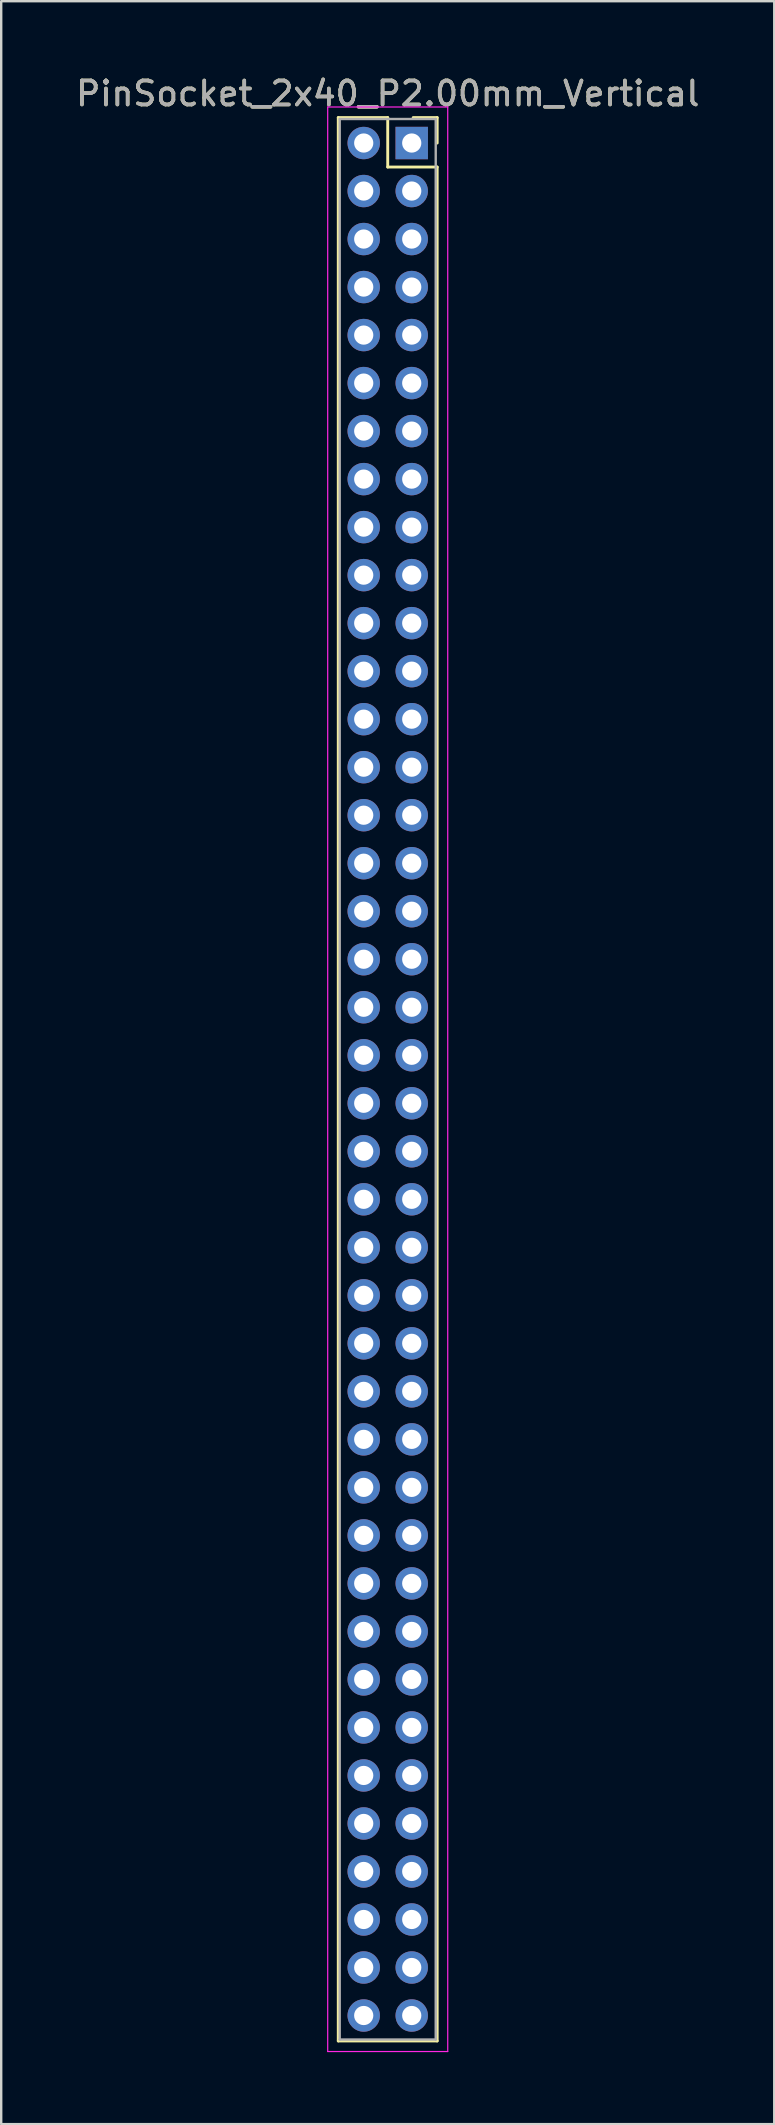
<source format=kicad_pcb>
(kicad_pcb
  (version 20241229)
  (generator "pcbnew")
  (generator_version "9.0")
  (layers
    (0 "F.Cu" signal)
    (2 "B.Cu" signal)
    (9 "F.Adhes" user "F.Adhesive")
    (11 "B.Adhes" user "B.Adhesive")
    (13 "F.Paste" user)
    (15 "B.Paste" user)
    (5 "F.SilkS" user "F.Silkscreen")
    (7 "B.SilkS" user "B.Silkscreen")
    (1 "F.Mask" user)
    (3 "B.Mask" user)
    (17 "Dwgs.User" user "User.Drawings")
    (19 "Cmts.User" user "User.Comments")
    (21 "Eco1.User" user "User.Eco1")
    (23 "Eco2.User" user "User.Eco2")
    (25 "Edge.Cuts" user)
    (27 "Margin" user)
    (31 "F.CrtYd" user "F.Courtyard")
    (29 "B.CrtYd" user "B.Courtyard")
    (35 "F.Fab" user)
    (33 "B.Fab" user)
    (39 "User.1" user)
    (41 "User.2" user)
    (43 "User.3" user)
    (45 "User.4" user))
  (footprint "PinSocket_2x40_P2.00mm_Vertical"
    (layer "F.Cu")
    (at 14.101 2.908)
    (property "Reference" "PinSocket_2x40_P2.00mm_Vertical" (at -1 -2.06 0) (layer "F.SilkS") (effects (font (size 1 1) (thickness 0.15))))
    (attr through_hole)
    (fp_line (start -3.06 -1.06) (end -1 -1.06) (stroke (width 0.12) (type solid)) (layer "F.SilkS"))
    (fp_line (start -3.06 79.06) (end -3.06 -1.06) (stroke (width 0.12) (type solid)) (layer "F.SilkS"))
    (fp_line (start -1 -1.06) (end -1 1) (stroke (width 0.12) (type solid)) (layer "F.SilkS"))
    (fp_line (start -1 1) (end 1.06 1) (stroke (width 0.12) (type solid)) (layer "F.SilkS"))
    (fp_line (start 1.06 -1.06) (end 0.06 -1.06) (stroke (width 0.12) (type solid)) (layer "F.SilkS"))
    (fp_line (start 1.06 0) (end 1.06 -1.06) (stroke (width 0.12) (type solid)) (layer "F.SilkS"))
    (fp_line (start 1.06 1) (end 1.06 79.06) (stroke (width 0.12) (type solid)) (layer "F.SilkS"))
    (fp_line (start 1.06 79.06) (end -3.06 79.06) (stroke (width 0.12) (type solid)) (layer "F.SilkS"))
    (fp_line (start -3.5 -1.5) (end -3.5 79.5) (stroke (width 0.05) (type solid)) (layer "F.CrtYd"))
    (fp_line (start -3.5 79.5) (end 1.5 79.5) (stroke (width 0.05) (type solid)) (layer "F.CrtYd"))
    (fp_line (start 1.5 -1.5) (end -3.5 -1.5) (stroke (width 0.05) (type solid)) (layer "F.CrtYd"))
    (fp_line (start 1.5 79.5) (end 1.5 -1.5) (stroke (width 0.05) (type solid)) (layer "F.CrtYd"))
    (fp_line (start -3 -1) (end -3 79) (stroke (width 0.1) (type solid)) (layer "F.Fab"))
    (fp_line (start -3 79) (end 1 79) (stroke (width 0.1) (type solid)) (layer "F.Fab"))
    (fp_line (start 1 -1) (end -3 -1) (stroke (width 0.1) (type solid)) (layer "F.Fab"))
    (fp_line (start 1 79) (end 1 -1) (stroke (width 0.1) (type solid)) (layer "F.Fab"))
    (fp_text user "${REFERENCE}" (at -1 -2.06 0) (layer "F.Fab") (effects (font (size 1 1) (thickness 0.15))))
    (pad "1" thru_hole rect (at 0 0) (size 1.35 1.35) (drill 0.8) (layers "*.Cu" "*.Mask"))
    (pad "2" thru_hole oval (at -2 0) (size 1.35 1.35) (drill 0.8) (layers "*.Cu" "*.Mask"))
    (pad "3" thru_hole oval (at 0 2) (size 1.35 1.35) (drill 0.8) (layers "*.Cu" "*.Mask"))
    (pad "4" thru_hole oval (at -2 2) (size 1.35 1.35) (drill 0.8) (layers "*.Cu" "*.Mask"))
    (pad "5" thru_hole oval (at 0 4) (size 1.35 1.35) (drill 0.8) (layers "*.Cu" "*.Mask"))
    (pad "6" thru_hole oval (at -2 4) (size 1.35 1.35) (drill 0.8) (layers "*.Cu" "*.Mask"))
    (pad "7" thru_hole oval (at 0 6) (size 1.35 1.35) (drill 0.8) (layers "*.Cu" "*.Mask"))
    (pad "8" thru_hole oval (at -2 6) (size 1.35 1.35) (drill 0.8) (layers "*.Cu" "*.Mask"))
    (pad "9" thru_hole oval (at 0 8) (size 1.35 1.35) (drill 0.8) (layers "*.Cu" "*.Mask"))
    (pad "10" thru_hole oval (at -2 8) (size 1.35 1.35) (drill 0.8) (layers "*.Cu" "*.Mask"))
    (pad "11" thru_hole oval (at 0 10) (size 1.35 1.35) (drill 0.8) (layers "*.Cu" "*.Mask"))
    (pad "12" thru_hole oval (at -2 10) (size 1.35 1.35) (drill 0.8) (layers "*.Cu" "*.Mask"))
    (pad "13" thru_hole oval (at 0 12) (size 1.35 1.35) (drill 0.8) (layers "*.Cu" "*.Mask"))
    (pad "14" thru_hole oval (at -2 12) (size 1.35 1.35) (drill 0.8) (layers "*.Cu" "*.Mask"))
    (pad "15" thru_hole oval (at 0 14) (size 1.35 1.35) (drill 0.8) (layers "*.Cu" "*.Mask"))
    (pad "16" thru_hole oval (at -2 14) (size 1.35 1.35) (drill 0.8) (layers "*.Cu" "*.Mask"))
    (pad "17" thru_hole oval (at 0 16) (size 1.35 1.35) (drill 0.8) (layers "*.Cu" "*.Mask"))
    (pad "18" thru_hole oval (at -2 16) (size 1.35 1.35) (drill 0.8) (layers "*.Cu" "*.Mask"))
    (pad "19" thru_hole oval (at 0 18) (size 1.35 1.35) (drill 0.8) (layers "*.Cu" "*.Mask"))
    (pad "20" thru_hole oval (at -2 18) (size 1.35 1.35) (drill 0.8) (layers "*.Cu" "*.Mask"))
    (pad "21" thru_hole oval (at 0 20) (size 1.35 1.35) (drill 0.8) (layers "*.Cu" "*.Mask"))
    (pad "22" thru_hole oval (at -2 20) (size 1.35 1.35) (drill 0.8) (layers "*.Cu" "*.Mask"))
    (pad "23" thru_hole oval (at 0 22) (size 1.35 1.35) (drill 0.8) (layers "*.Cu" "*.Mask"))
    (pad "24" thru_hole oval (at -2 22) (size 1.35 1.35) (drill 0.8) (layers "*.Cu" "*.Mask"))
    (pad "25" thru_hole oval (at 0 24) (size 1.35 1.35) (drill 0.8) (layers "*.Cu" "*.Mask"))
    (pad "26" thru_hole oval (at -2 24) (size 1.35 1.35) (drill 0.8) (layers "*.Cu" "*.Mask"))
    (pad "27" thru_hole oval (at 0 26) (size 1.35 1.35) (drill 0.8) (layers "*.Cu" "*.Mask"))
    (pad "28" thru_hole oval (at -2 26) (size 1.35 1.35) (drill 0.8) (layers "*.Cu" "*.Mask"))
    (pad "29" thru_hole oval (at 0 28) (size 1.35 1.35) (drill 0.8) (layers "*.Cu" "*.Mask"))
    (pad "30" thru_hole oval (at -2 28) (size 1.35 1.35) (drill 0.8) (layers "*.Cu" "*.Mask"))
    (pad "31" thru_hole oval (at 0 30) (size 1.35 1.35) (drill 0.8) (layers "*.Cu" "*.Mask"))
    (pad "32" thru_hole oval (at -2 30) (size 1.35 1.35) (drill 0.8) (layers "*.Cu" "*.Mask"))
    (pad "33" thru_hole oval (at 0 32) (size 1.35 1.35) (drill 0.8) (layers "*.Cu" "*.Mask"))
    (pad "34" thru_hole oval (at -2 32) (size 1.35 1.35) (drill 0.8) (layers "*.Cu" "*.Mask"))
    (pad "35" thru_hole oval (at 0 34) (size 1.35 1.35) (drill 0.8) (layers "*.Cu" "*.Mask"))
    (pad "36" thru_hole oval (at -2 34) (size 1.35 1.35) (drill 0.8) (layers "*.Cu" "*.Mask"))
    (pad "37" thru_hole oval (at 0 36) (size 1.35 1.35) (drill 0.8) (layers "*.Cu" "*.Mask"))
    (pad "38" thru_hole oval (at -2 36) (size 1.35 1.35) (drill 0.8) (layers "*.Cu" "*.Mask"))
    (pad "39" thru_hole oval (at 0 38) (size 1.35 1.35) (drill 0.8) (layers "*.Cu" "*.Mask"))
    (pad "40" thru_hole oval (at -2 38) (size 1.35 1.35) (drill 0.8) (layers "*.Cu" "*.Mask"))
    (pad "41" thru_hole oval (at 0 40) (size 1.35 1.35) (drill 0.8) (layers "*.Cu" "*.Mask"))
    (pad "42" thru_hole oval (at -2 40) (size 1.35 1.35) (drill 0.8) (layers "*.Cu" "*.Mask"))
    (pad "43" thru_hole oval (at 0 42) (size 1.35 1.35) (drill 0.8) (layers "*.Cu" "*.Mask"))
    (pad "44" thru_hole oval (at -2 42) (size 1.35 1.35) (drill 0.8) (layers "*.Cu" "*.Mask"))
    (pad "45" thru_hole oval (at 0 44) (size 1.35 1.35) (drill 0.8) (layers "*.Cu" "*.Mask"))
    (pad "46" thru_hole oval (at -2 44) (size 1.35 1.35) (drill 0.8) (layers "*.Cu" "*.Mask"))
    (pad "47" thru_hole oval (at 0 46) (size 1.35 1.35) (drill 0.8) (layers "*.Cu" "*.Mask"))
    (pad "48" thru_hole oval (at -2 46) (size 1.35 1.35) (drill 0.8) (layers "*.Cu" "*.Mask"))
    (pad "49" thru_hole oval (at 0 48) (size 1.35 1.35) (drill 0.8) (layers "*.Cu" "*.Mask"))
    (pad "50" thru_hole oval (at -2 48) (size 1.35 1.35) (drill 0.8) (layers "*.Cu" "*.Mask"))
    (pad "51" thru_hole oval (at 0 50) (size 1.35 1.35) (drill 0.8) (layers "*.Cu" "*.Mask"))
    (pad "52" thru_hole oval (at -2 50) (size 1.35 1.35) (drill 0.8) (layers "*.Cu" "*.Mask"))
    (pad "53" thru_hole oval (at 0 52) (size 1.35 1.35) (drill 0.8) (layers "*.Cu" "*.Mask"))
    (pad "54" thru_hole oval (at -2 52) (size 1.35 1.35) (drill 0.8) (layers "*.Cu" "*.Mask"))
    (pad "55" thru_hole oval (at 0 54) (size 1.35 1.35) (drill 0.8) (layers "*.Cu" "*.Mask"))
    (pad "56" thru_hole oval (at -2 54) (size 1.35 1.35) (drill 0.8) (layers "*.Cu" "*.Mask"))
    (pad "57" thru_hole oval (at 0 56) (size 1.35 1.35) (drill 0.8) (layers "*.Cu" "*.Mask"))
    (pad "58" thru_hole oval (at -2 56) (size 1.35 1.35) (drill 0.8) (layers "*.Cu" "*.Mask"))
    (pad "59" thru_hole oval (at 0 58) (size 1.35 1.35) (drill 0.8) (layers "*.Cu" "*.Mask"))
    (pad "60" thru_hole oval (at -2 58) (size 1.35 1.35) (drill 0.8) (layers "*.Cu" "*.Mask"))
    (pad "61" thru_hole oval (at 0 60) (size 1.35 1.35) (drill 0.8) (layers "*.Cu" "*.Mask"))
    (pad "62" thru_hole oval (at -2 60) (size 1.35 1.35) (drill 0.8) (layers "*.Cu" "*.Mask"))
    (pad "63" thru_hole oval (at 0 62) (size 1.35 1.35) (drill 0.8) (layers "*.Cu" "*.Mask"))
    (pad "64" thru_hole oval (at -2 62) (size 1.35 1.35) (drill 0.8) (layers "*.Cu" "*.Mask"))
    (pad "65" thru_hole oval (at 0 64) (size 1.35 1.35) (drill 0.8) (layers "*.Cu" "*.Mask"))
    (pad "66" thru_hole oval (at -2 64) (size 1.35 1.35) (drill 0.8) (layers "*.Cu" "*.Mask"))
    (pad "67" thru_hole oval (at 0 66) (size 1.35 1.35) (drill 0.8) (layers "*.Cu" "*.Mask"))
    (pad "68" thru_hole oval (at -2 66) (size 1.35 1.35) (drill 0.8) (layers "*.Cu" "*.Mask"))
    (pad "69" thru_hole oval (at 0 68) (size 1.35 1.35) (drill 0.8) (layers "*.Cu" "*.Mask"))
    (pad "70" thru_hole oval (at -2 68) (size 1.35 1.35) (drill 0.8) (layers "*.Cu" "*.Mask"))
    (pad "71" thru_hole oval (at 0 70) (size 1.35 1.35) (drill 0.8) (layers "*.Cu" "*.Mask"))
    (pad "72" thru_hole oval (at -2 70) (size 1.35 1.35) (drill 0.8) (layers "*.Cu" "*.Mask"))
    (pad "73" thru_hole oval (at 0 72) (size 1.35 1.35) (drill 0.8) (layers "*.Cu" "*.Mask"))
    (pad "74" thru_hole oval (at -2 72) (size 1.35 1.35) (drill 0.8) (layers "*.Cu" "*.Mask"))
    (pad "75" thru_hole oval (at 0 74) (size 1.35 1.35) (drill 0.8) (layers "*.Cu" "*.Mask"))
    (pad "76" thru_hole oval (at -2 74) (size 1.35 1.35) (drill 0.8) (layers "*.Cu" "*.Mask"))
    (pad "77" thru_hole oval (at 0 76) (size 1.35 1.35) (drill 0.8) (layers "*.Cu" "*.Mask"))
    (pad "78" thru_hole oval (at -2 76) (size 1.35 1.35) (drill 0.8) (layers "*.Cu" "*.Mask"))
    (pad "79" thru_hole oval (at 0 78) (size 1.35 1.35) (drill 0.8) (layers "*.Cu" "*.Mask"))
    (pad "80" thru_hole oval (at -2 78) (size 1.35 1.35) (drill 0.8) (layers "*.Cu" "*.Mask")))
  (gr_rect
    (start -3 -3)
    (end 29.202 85.433)
    (stroke (width 0.1) (type default))
    (fill no)
    (layer "Edge.Cuts")))
</source>
